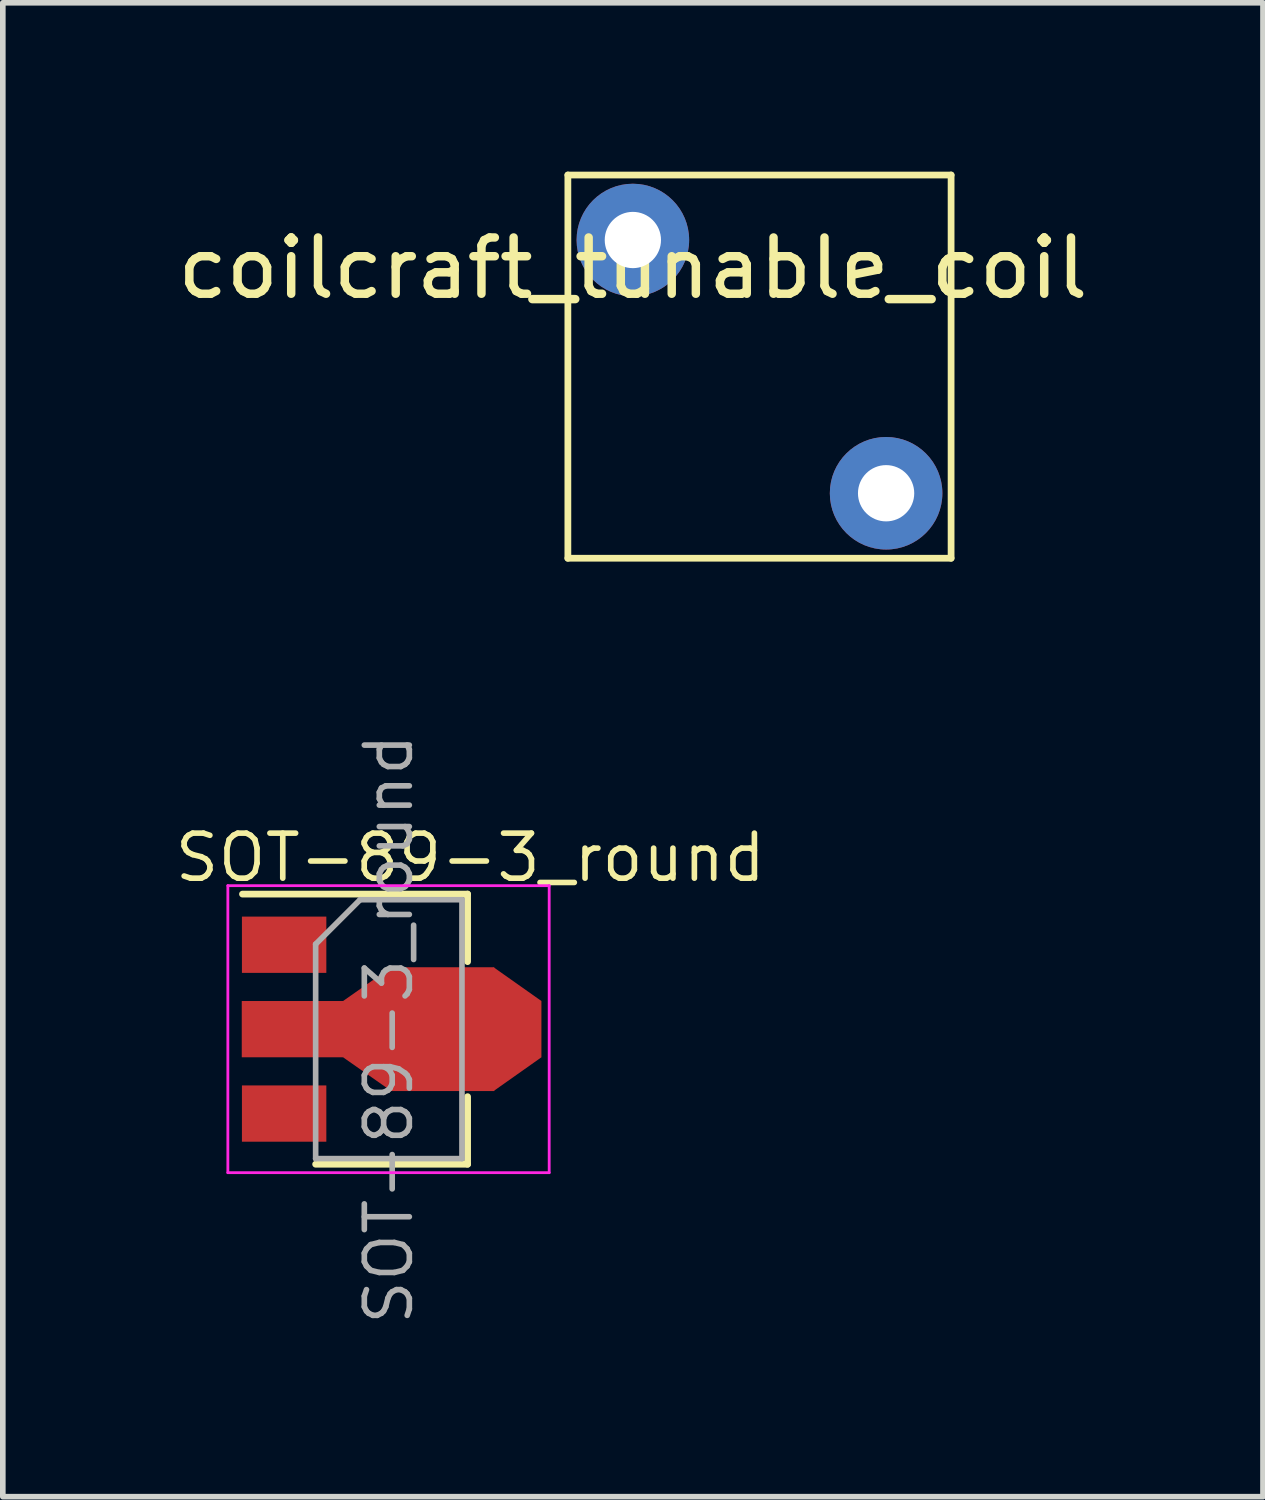
<source format=kicad_pcb>
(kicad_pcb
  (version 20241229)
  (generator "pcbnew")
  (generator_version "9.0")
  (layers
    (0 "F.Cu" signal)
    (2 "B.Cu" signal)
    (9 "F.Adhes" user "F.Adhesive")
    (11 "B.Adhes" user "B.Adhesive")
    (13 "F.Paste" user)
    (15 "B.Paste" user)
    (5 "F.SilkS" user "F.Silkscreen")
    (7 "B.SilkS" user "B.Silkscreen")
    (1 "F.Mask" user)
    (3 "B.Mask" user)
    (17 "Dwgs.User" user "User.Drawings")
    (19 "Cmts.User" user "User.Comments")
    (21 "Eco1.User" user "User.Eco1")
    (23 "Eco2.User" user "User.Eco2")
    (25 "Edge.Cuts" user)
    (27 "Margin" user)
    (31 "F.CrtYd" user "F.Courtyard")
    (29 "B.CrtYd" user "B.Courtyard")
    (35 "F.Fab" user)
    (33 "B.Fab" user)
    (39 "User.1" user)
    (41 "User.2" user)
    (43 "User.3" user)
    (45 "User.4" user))
  (footprint "SOT-89-3_round"
    (layer "F.Cu")
    (at 3.479 15.238)
    (property "Reference" "SOT-89-3_round" (at 1.829 -3.048 0) (layer "F.SilkS") (effects (font (size 0.8 0.8) (thickness 0.1))))
    (attr smd)
    (fp_line (start -2.22 -2.4) (end 1.78 -2.4) (stroke (width 0.12) (type solid)) (layer "F.SilkS"))
    (fp_line (start 1.78 -2.4) (end 1.78 -1.2) (stroke (width 0.12) (type solid)) (layer "F.SilkS"))
    (fp_line (start 1.78 1.2) (end 1.78 2.4) (stroke (width 0.12) (type solid)) (layer "F.SilkS"))
    (fp_line (start 1.78 2.4) (end -0.92 2.4) (stroke (width 0.12) (type solid)) (layer "F.SilkS"))
    (fp_line (start -2.48 2.55) (end -2.48 -2.55) (stroke (width 0.05) (type solid)) (layer "F.CrtYd"))
    (fp_line (start -2.48 2.55) (end 3.23 2.55) (stroke (width 0.05) (type solid)) (layer "F.CrtYd"))
    (fp_line (start 3.23 -2.55) (end -2.48 -2.55) (stroke (width 0.05) (type solid)) (layer "F.CrtYd"))
    (fp_line (start 3.23 -2.55) (end 3.23 2.55) (stroke (width 0.05) (type solid)) (layer "F.CrtYd"))
    (fp_line (start -0.92 -1.51) (end -0.13 -2.3) (stroke (width 0.1) (type solid)) (layer "F.Fab"))
    (fp_line (start -0.92 2.3) (end -0.92 -1.51) (stroke (width 0.1) (type solid)) (layer "F.Fab"))
    (fp_line (start -0.13 -2.3) (end 1.68 -2.3) (stroke (width 0.1) (type solid)) (layer "F.Fab"))
    (fp_line (start 1.68 -2.3) (end 1.68 2.3) (stroke (width 0.1) (type solid)) (layer "F.Fab"))
    (fp_line (start 1.68 2.3) (end -0.92 2.3) (stroke (width 0.1) (type solid)) (layer "F.Fab"))
    (fp_text user "${REFERENCE}" (at 0.38 0 90) (layer "F.Fab") (effects (font (size 0.8 0.8) (thickness 0.1))))
    (pad "1" smd rect (at -1.48 -1.5 270) (size 1 1.5) (layers "F.Cu" "F.Mask" "F.Paste"))
    (pad "2" smd rect (at -1.333 0 270) (size 1 1.8) (layers "F.Cu" "F.Mask" "F.Paste"))
    (pad "2" smd trapezoid (at -0.076 0 90) (size 1.5 1) (rect_delta 0 0.7) (layers "F.Cu" "F.Mask" "F.Paste"))
    (pad "2" smd rect (at 1.333 0 270) (size 2.2 1.84) (layers "F.Cu" "F.Mask" "F.Paste"))
    (pad "2" smd trapezoid (at 2.667 0 270) (size 1.6 0.85) (rect_delta 0 0.6) (layers "F.Cu" "F.Mask" "F.Paste"))
    (pad "3" smd rect (at -1.48 1.5 270) (size 1 1.5) (layers "F.Cu" "F.Mask" "F.Paste")))
  (footprint "coilcraft_tunable_coil"
    (layer "F.Cu")
    (at 8.196 1.215)
    (property "Reference" "coilcraft_tunable_coil" (at 0 0.5 0) (layer "F.SilkS") (effects (font (size 1 1) (thickness 0.15))))
    (attr through_hole)
    (fp_line (start -1.155 -1.155) (end -1.155 5.655) (stroke (width 0.12) (type solid)) (layer "F.SilkS"))
    (fp_line (start -1.155 -1.155) (end 5.655 -1.155) (stroke (width 0.12) (type solid)) (layer "F.SilkS"))
    (fp_line (start 5.655 -1.155) (end 5.655 5.655) (stroke (width 0.12) (type solid)) (layer "F.SilkS"))
    (fp_line (start 5.655 5.655) (end -1.155 5.655) (stroke (width 0.12) (type solid)) (layer "F.SilkS"))
    (pad "1" thru_hole circle (at 0 0) (size 2 2) (drill 1) (layers "*.Cu" "*.Mask"))
    (pad "2" thru_hole circle (at 4.5 4.5) (size 2 2) (drill 1) (layers "*.Cu" "*.Mask")))
  (gr_rect
    (start -3 -3)
    (end 19.393 23.546)
    (stroke (width 0.1) (type default))
    (fill no)
    (layer "Edge.Cuts")))
</source>
